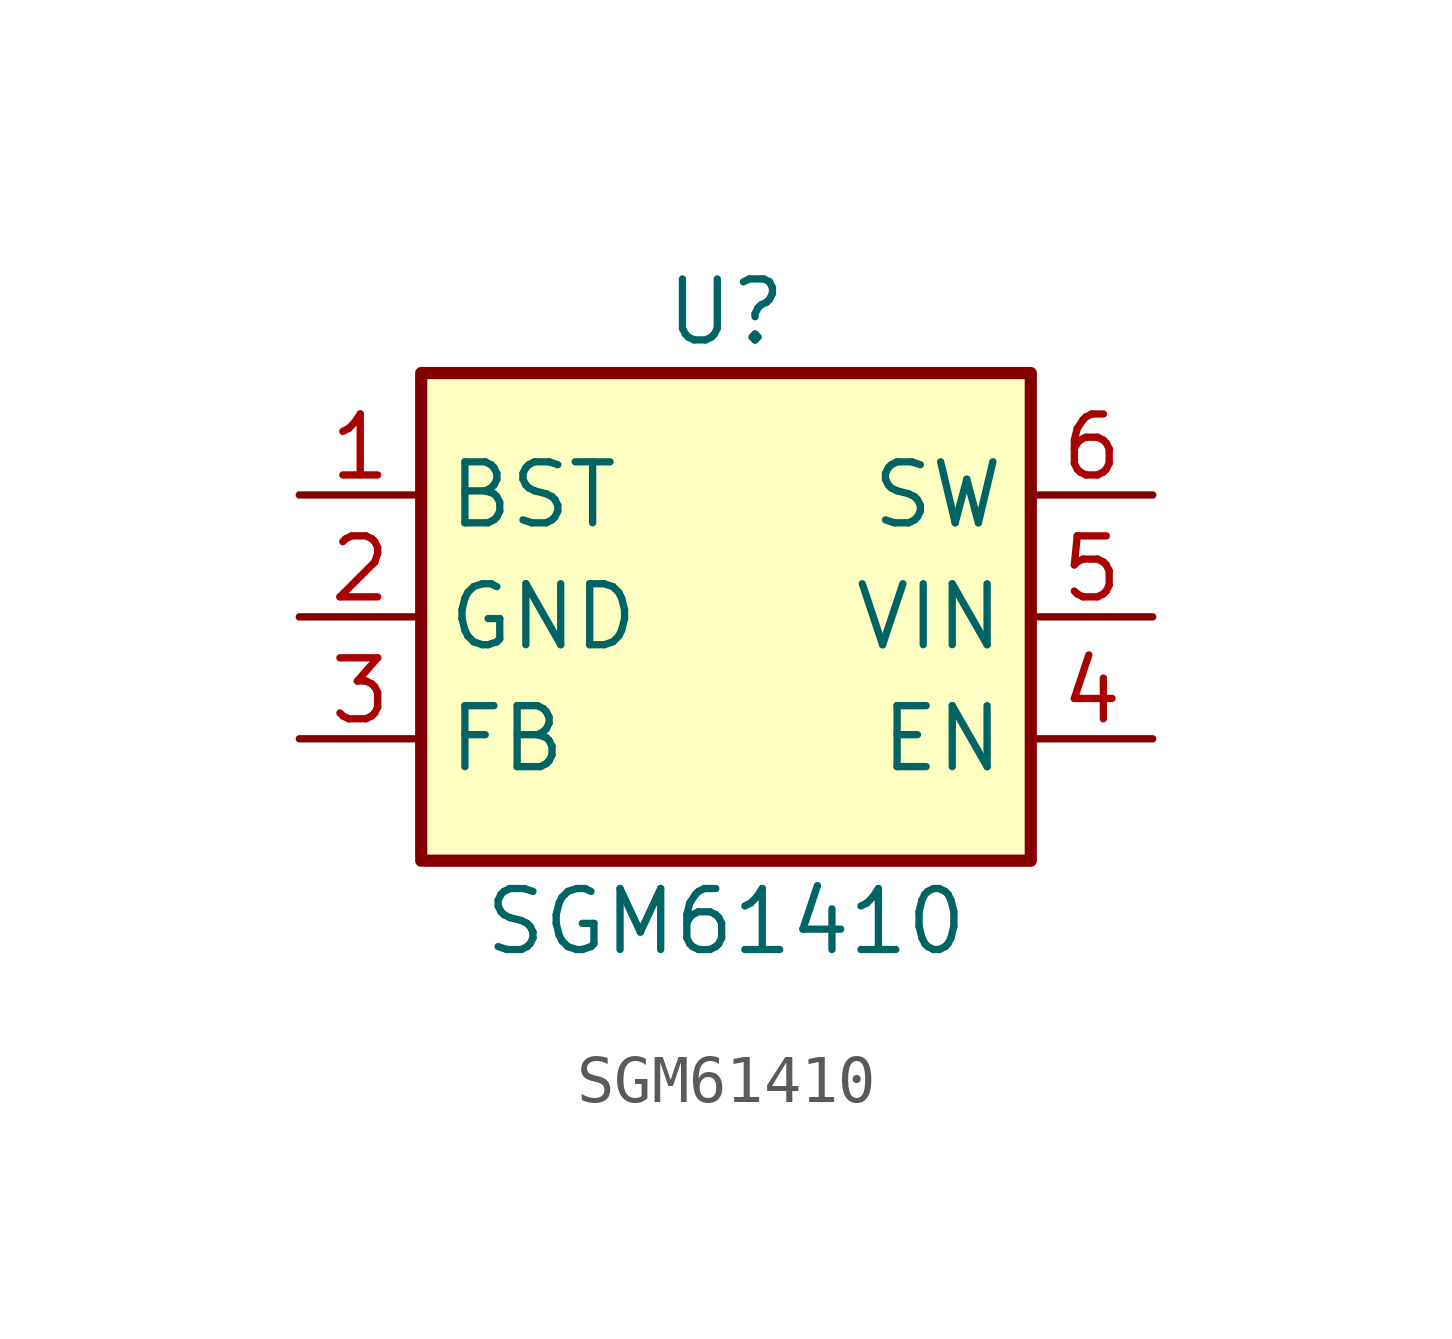
<source format=kicad_sym>
(kicad_symbol_lib
  (version 20220914)
  (generator kicad_symbol_editor)
  (symbol "SGM61410"
    (property "Reference" "U"
      (at 0 6.35 0)
      (effects (font (size 1.27 1.27))))
    (property "Value" "SGM61410"
      (at 0 -6.35 0)
      (effects (font (size 1.27 1.27))))
    (symbol "SGM61410_1_1"
      (rectangle (start -6.35 5.08) (end 6.35 -5.08) (stroke (width 0.254) (type default)) (fill (type background)))
      (pin input line (at -8.89 2.54 0) (length 2.54) (name "BST" (effects (font (size 1.27 1.27)))) (number "1" (effects (font (size 1.27 1.27)))))
      (pin passive line (at -8.89 0 0) (length 2.54) (name "GND" (effects (font (size 1.27 1.27)))) (number "2" (effects (font (size 1.27 1.27)))))
      (pin input line (at -8.89 -2.54 0) (length 2.54) (name "FB" (effects (font (size 1.27 1.27)))) (number "3" (effects (font (size 1.27 1.27)))))
      (pin input line (at 8.89 -2.54 180) (length 2.54) (name "EN" (effects (font (size 1.27 1.27)))) (number "4" (effects (font (size 1.27 1.27)))))
      (pin passive line (at 8.89 0 180) (length 2.54) (name "VIN" (effects (font (size 1.27 1.27)))) (number "5" (effects (font (size 1.27 1.27)))))
      (pin passive line (at 8.89 2.54 180) (length 2.54) (name "SW" (effects (font (size 1.27 1.27)))) (number "6" (effects (font (size 1.27 1.27))))))))
</source>
